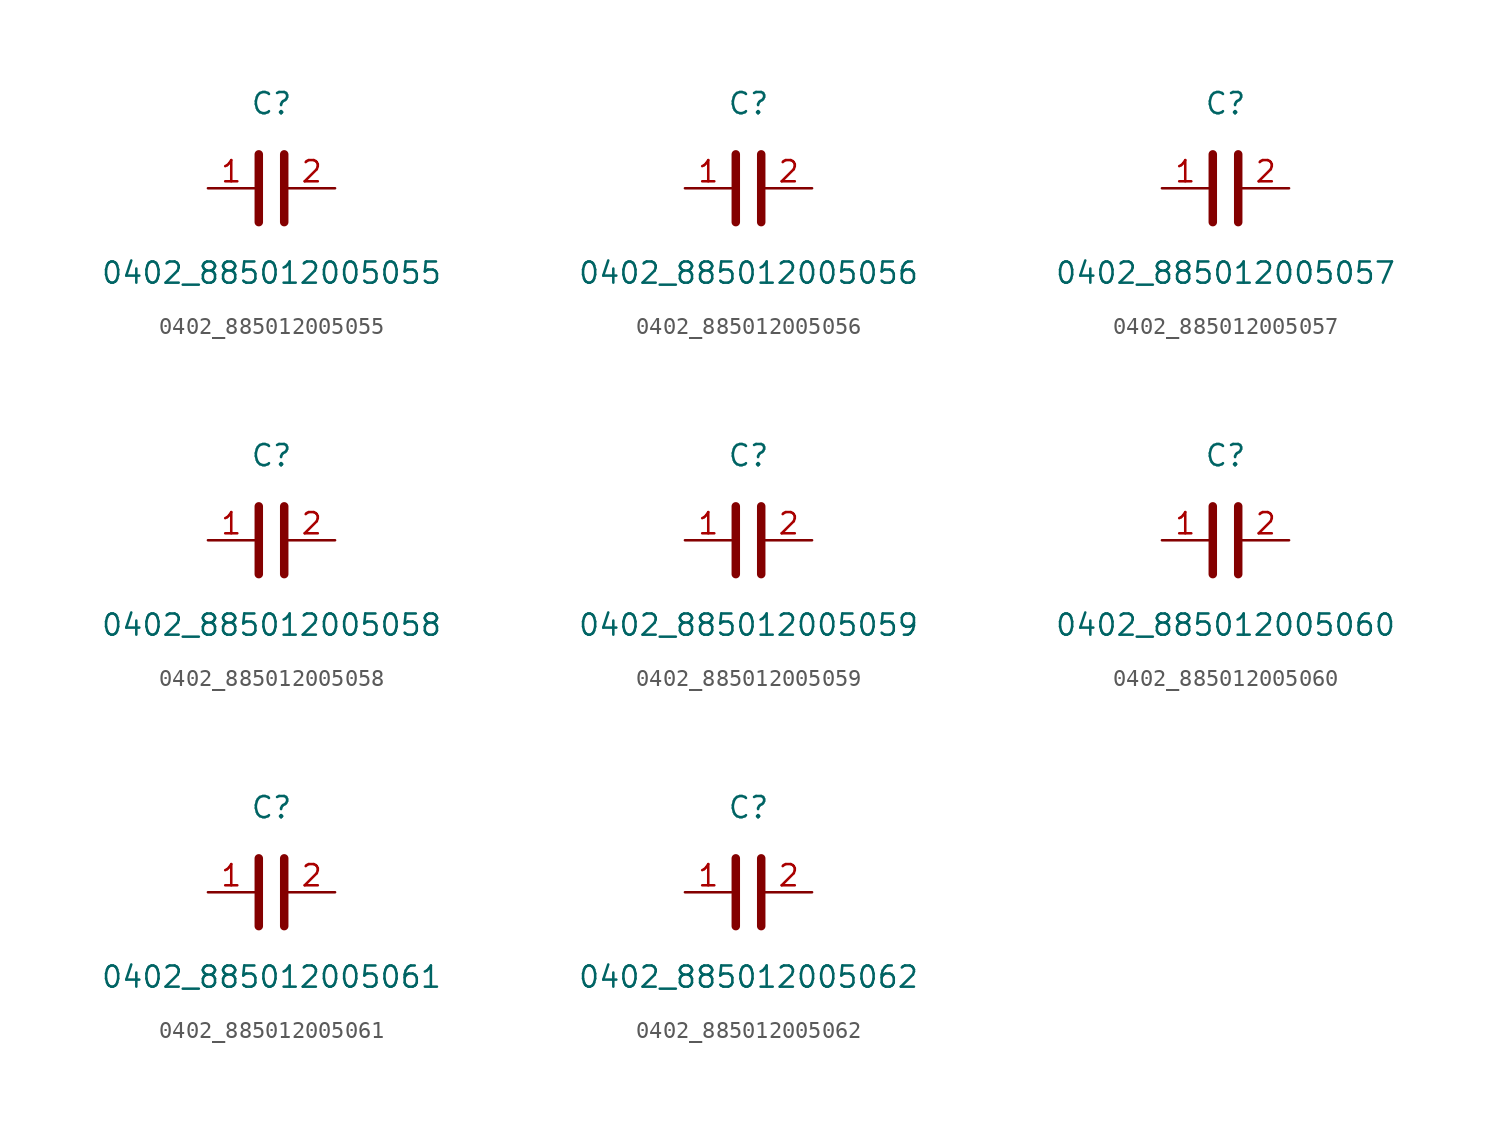
<source format=kicad_sym>
(kicad_symbol_lib
  (version 20220914)
  (generator kicad_symbol_editor)
  (symbol "0402_885012005055"
    (pin_names hide)
    (property "Reference" "C"
      (at 0 5.08 0)
      (effects (font (size 1.27 1.27))))
    (property "Value" "0402_885012005055"
      (at 0 -5.08 0)
      (effects (font (size 1.27 1.27))))
    (symbol "0402_885012005055_0_1"
      (polyline (pts (xy -0.762 -2.032) (xy -0.762 2.032)) (stroke (width 0.508) (type default)) (fill (type none)))
      (polyline (pts (xy 0.762 -2.032) (xy 0.762 2.032)) (stroke (width 0.508) (type default)) (fill (type none))))
    (symbol "0402_885012005055_1_1"
      (pin passive line (at -3.81 0 0) (length 2.794) (name "1" (effects (font (size 1.27 1.27)))) (number "1" (effects (font (size 1.27 1.27)))))
      (pin passive line (at 3.81 0 180) (length 2.794) (name "2" (effects (font (size 1.27 1.27)))) (number "2" (effects (font (size 1.27 1.27)))))))
  (symbol "0402_885012005056"
    (pin_names hide)
    (property "Reference" "C"
      (at 0 5.08 0)
      (effects (font (size 1.27 1.27))))
    (property "Value" "0402_885012005056"
      (at 0 -5.08 0)
      (effects (font (size 1.27 1.27))))
    (symbol "0402_885012005056_0_1"
      (polyline (pts (xy -0.762 -2.032) (xy -0.762 2.032)) (stroke (width 0.508) (type default)) (fill (type none)))
      (polyline (pts (xy 0.762 -2.032) (xy 0.762 2.032)) (stroke (width 0.508) (type default)) (fill (type none))))
    (symbol "0402_885012005056_1_1"
      (pin passive line (at -3.81 0 0) (length 2.794) (name "1" (effects (font (size 1.27 1.27)))) (number "1" (effects (font (size 1.27 1.27)))))
      (pin passive line (at 3.81 0 180) (length 2.794) (name "2" (effects (font (size 1.27 1.27)))) (number "2" (effects (font (size 1.27 1.27)))))))
  (symbol "0402_885012005057"
    (pin_names hide)
    (property "Reference" "C"
      (at 0 5.08 0)
      (effects (font (size 1.27 1.27))))
    (property "Value" "0402_885012005057"
      (at 0 -5.08 0)
      (effects (font (size 1.27 1.27))))
    (symbol "0402_885012005057_0_1"
      (polyline (pts (xy -0.762 -2.032) (xy -0.762 2.032)) (stroke (width 0.508) (type default)) (fill (type none)))
      (polyline (pts (xy 0.762 -2.032) (xy 0.762 2.032)) (stroke (width 0.508) (type default)) (fill (type none))))
    (symbol "0402_885012005057_1_1"
      (pin passive line (at -3.81 0 0) (length 2.794) (name "1" (effects (font (size 1.27 1.27)))) (number "1" (effects (font (size 1.27 1.27)))))
      (pin passive line (at 3.81 0 180) (length 2.794) (name "2" (effects (font (size 1.27 1.27)))) (number "2" (effects (font (size 1.27 1.27)))))))
  (symbol "0402_885012005058"
    (pin_names hide)
    (property "Reference" "C"
      (at 0 5.08 0)
      (effects (font (size 1.27 1.27))))
    (property "Value" "0402_885012005058"
      (at 0 -5.08 0)
      (effects (font (size 1.27 1.27))))
    (symbol "0402_885012005058_0_1"
      (polyline (pts (xy -0.762 -2.032) (xy -0.762 2.032)) (stroke (width 0.508) (type default)) (fill (type none)))
      (polyline (pts (xy 0.762 -2.032) (xy 0.762 2.032)) (stroke (width 0.508) (type default)) (fill (type none))))
    (symbol "0402_885012005058_1_1"
      (pin passive line (at -3.81 0 0) (length 2.794) (name "1" (effects (font (size 1.27 1.27)))) (number "1" (effects (font (size 1.27 1.27)))))
      (pin passive line (at 3.81 0 180) (length 2.794) (name "2" (effects (font (size 1.27 1.27)))) (number "2" (effects (font (size 1.27 1.27)))))))
  (symbol "0402_885012005059"
    (pin_names hide)
    (property "Reference" "C"
      (at 0 5.08 0)
      (effects (font (size 1.27 1.27))))
    (property "Value" "0402_885012005059"
      (at 0 -5.08 0)
      (effects (font (size 1.27 1.27))))
    (symbol "0402_885012005059_0_1"
      (polyline (pts (xy -0.762 -2.032) (xy -0.762 2.032)) (stroke (width 0.508) (type default)) (fill (type none)))
      (polyline (pts (xy 0.762 -2.032) (xy 0.762 2.032)) (stroke (width 0.508) (type default)) (fill (type none))))
    (symbol "0402_885012005059_1_1"
      (pin passive line (at -3.81 0 0) (length 2.794) (name "1" (effects (font (size 1.27 1.27)))) (number "1" (effects (font (size 1.27 1.27)))))
      (pin passive line (at 3.81 0 180) (length 2.794) (name "2" (effects (font (size 1.27 1.27)))) (number "2" (effects (font (size 1.27 1.27)))))))
  (symbol "0402_885012005060"
    (pin_names hide)
    (property "Reference" "C"
      (at 0 5.08 0)
      (effects (font (size 1.27 1.27))))
    (property "Value" "0402_885012005060"
      (at 0 -5.08 0)
      (effects (font (size 1.27 1.27))))
    (symbol "0402_885012005060_0_1"
      (polyline (pts (xy -0.762 -2.032) (xy -0.762 2.032)) (stroke (width 0.508) (type default)) (fill (type none)))
      (polyline (pts (xy 0.762 -2.032) (xy 0.762 2.032)) (stroke (width 0.508) (type default)) (fill (type none))))
    (symbol "0402_885012005060_1_1"
      (pin passive line (at -3.81 0 0) (length 2.794) (name "1" (effects (font (size 1.27 1.27)))) (number "1" (effects (font (size 1.27 1.27)))))
      (pin passive line (at 3.81 0 180) (length 2.794) (name "2" (effects (font (size 1.27 1.27)))) (number "2" (effects (font (size 1.27 1.27)))))))
  (symbol "0402_885012005061"
    (pin_names hide)
    (property "Reference" "C"
      (at 0 5.08 0)
      (effects (font (size 1.27 1.27))))
    (property "Value" "0402_885012005061"
      (at 0 -5.08 0)
      (effects (font (size 1.27 1.27))))
    (symbol "0402_885012005061_0_1"
      (polyline (pts (xy -0.762 -2.032) (xy -0.762 2.032)) (stroke (width 0.508) (type default)) (fill (type none)))
      (polyline (pts (xy 0.762 -2.032) (xy 0.762 2.032)) (stroke (width 0.508) (type default)) (fill (type none))))
    (symbol "0402_885012005061_1_1"
      (pin passive line (at -3.81 0 0) (length 2.794) (name "1" (effects (font (size 1.27 1.27)))) (number "1" (effects (font (size 1.27 1.27)))))
      (pin passive line (at 3.81 0 180) (length 2.794) (name "2" (effects (font (size 1.27 1.27)))) (number "2" (effects (font (size 1.27 1.27)))))))
  (symbol "0402_885012005062"
    (pin_names hide)
    (property "Reference" "C"
      (at 0 5.08 0)
      (effects (font (size 1.27 1.27))))
    (property "Value" "0402_885012005062"
      (at 0 -5.08 0)
      (effects (font (size 1.27 1.27))))
    (symbol "0402_885012005062_0_1"
      (polyline (pts (xy -0.762 -2.032) (xy -0.762 2.032)) (stroke (width 0.508) (type default)) (fill (type none)))
      (polyline (pts (xy 0.762 -2.032) (xy 0.762 2.032)) (stroke (width 0.508) (type default)) (fill (type none))))
    (symbol "0402_885012005062_1_1"
      (pin passive line (at -3.81 0 0) (length 2.794) (name "1" (effects (font (size 1.27 1.27)))) (number "1" (effects (font (size 1.27 1.27)))))
      (pin passive line (at 3.81 0 180) (length 2.794) (name "2" (effects (font (size 1.27 1.27)))) (number "2" (effects (font (size 1.27 1.27))))))))
</source>
